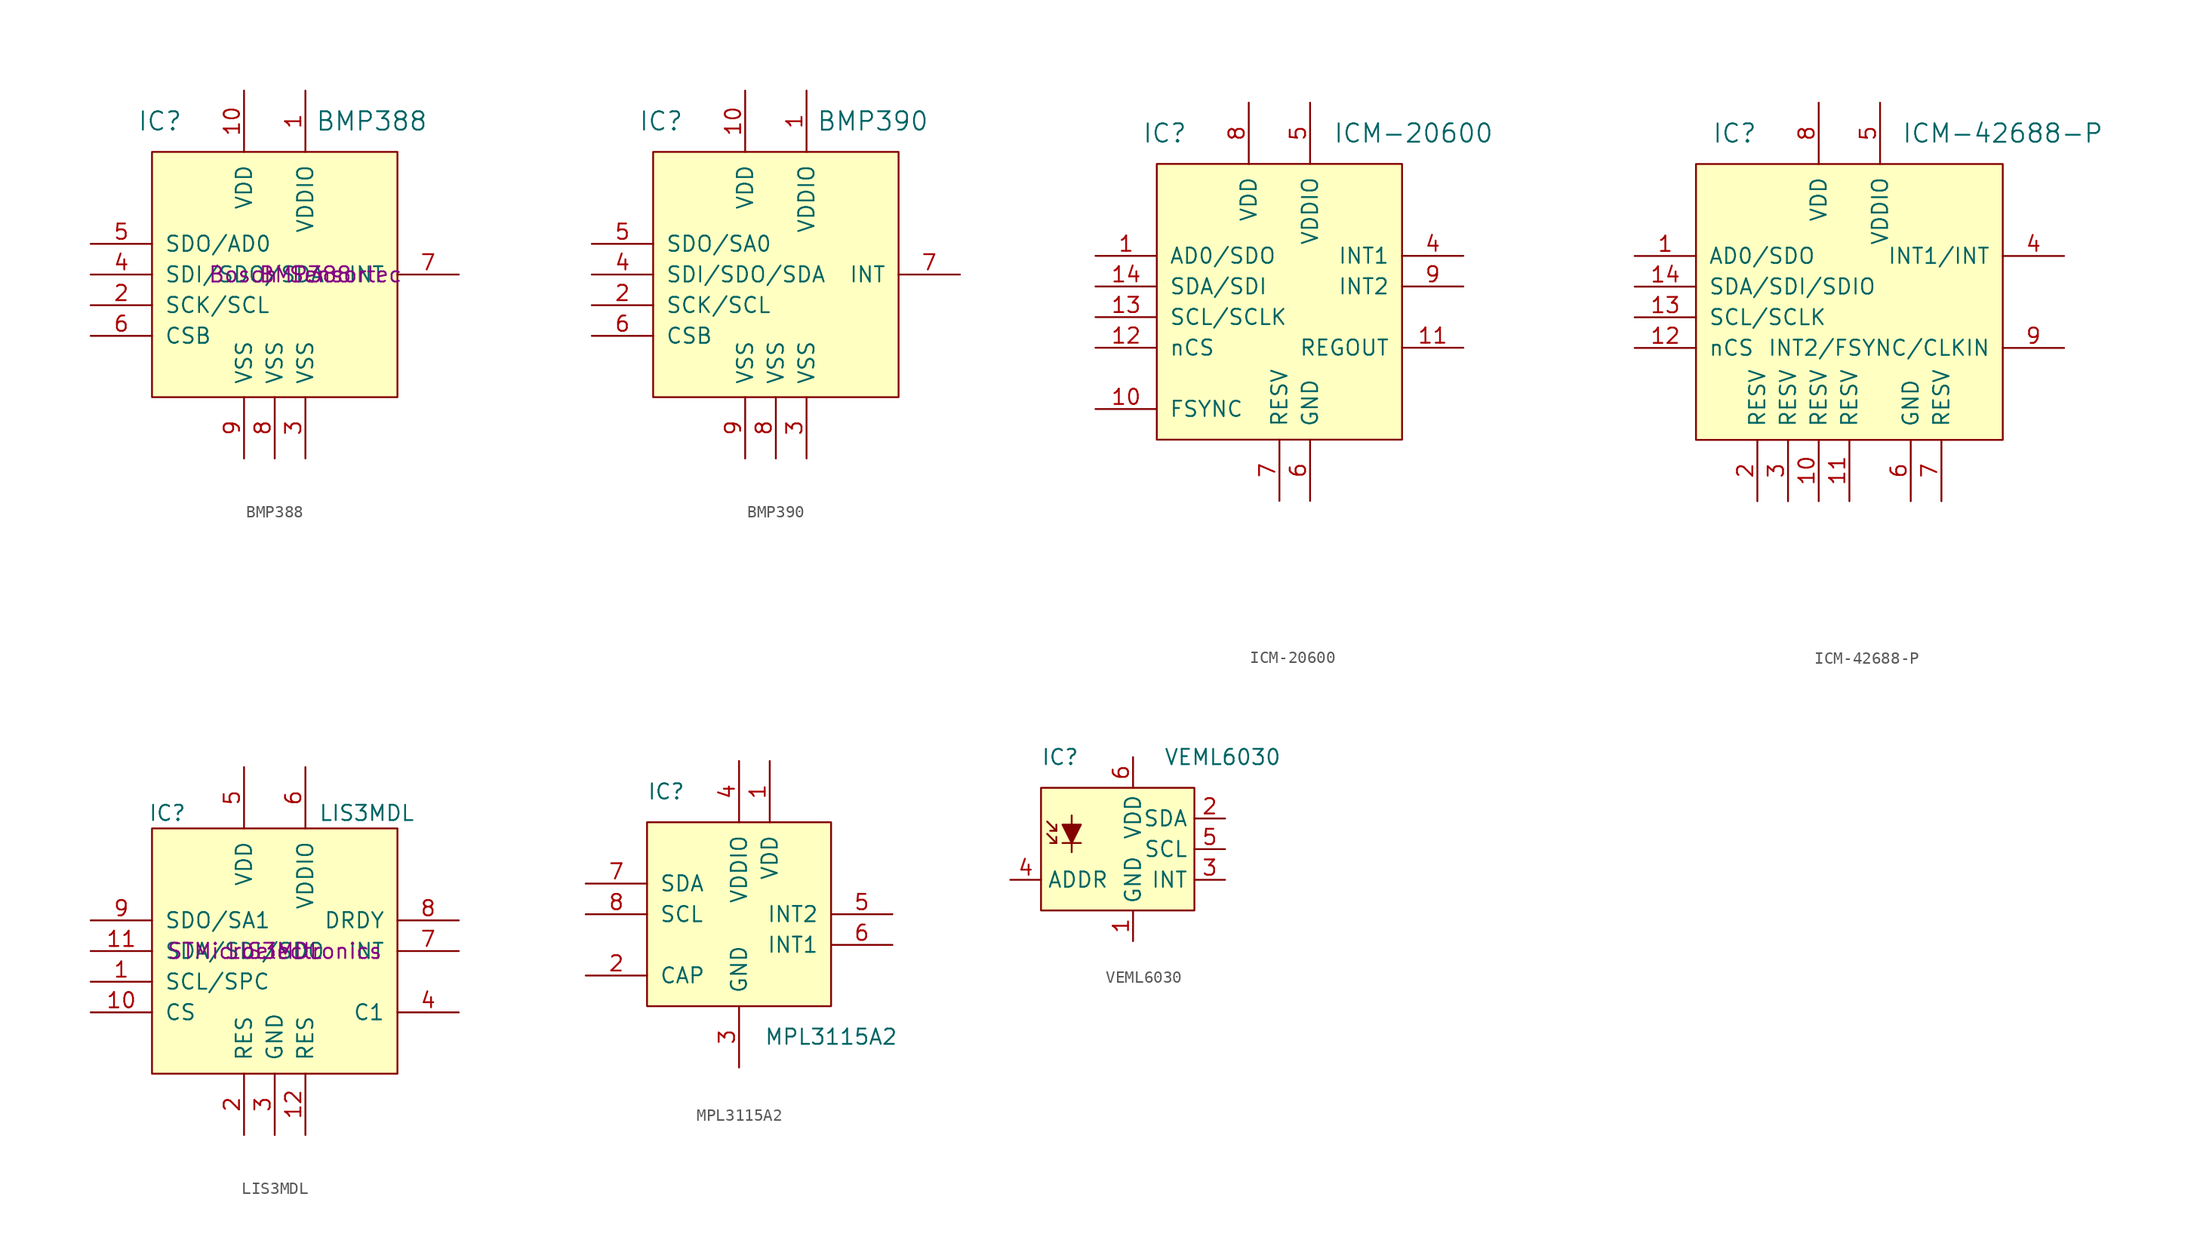
<source format=kicad_sym>
(kicad_symbol_lib
  (version 20220914)
  (generator kicad_symbol_editor)
  (symbol "BMP388"
    (pin_names
      (offset 1.016))
    (property "Reference" "IC"
      (at -10.16 12.7 0)
      (effects (font (size 1.524 1.524)) (justify right)))
    (property "Value" "BMP388"
      (at 10.16 12.7 0)
      (effects (font (size 1.524 1.524)) (justify right)))
    (property "MFR" "Bosch Sensortec"
      (at 0 0 0)
      (effects (font (size 1.27 1.27))))
    (property "MFR REF" "BMP388"
      (at 0 0 0)
      (effects (font (size 1.27 1.27))))
    (symbol "BMP388_1_1"
      (rectangle (start -12.7 10.16) (end 7.62 -10.16) (stroke (width 0.152) (type default)) (fill (type background)))
      (pin power_in line (at 0 15.24 270) (length 5.08) (name "VDDIO" (effects (font (size 1.27 1.27)))) (number "1" (effects (font (size 1.27 1.27)))))
      (pin power_in line (at -5.08 15.24 270) (length 5.08) (name "VDD" (effects (font (size 1.27 1.27)))) (number "10" (effects (font (size 1.27 1.27)))))
      (pin bidirectional line (at -17.78 -2.54 0) (length 5.08) (name "SCK/SCL" (effects (font (size 1.27 1.27)))) (number "2" (effects (font (size 1.27 1.27)))))
      (pin power_in line (at 0 -15.24 90) (length 5.08) (name "VSS" (effects (font (size 1.27 1.27)))) (number "3" (effects (font (size 1.27 1.27)))))
      (pin bidirectional line (at -17.78 0 0) (length 5.08) (name "SDI/SDO/SDA" (effects (font (size 1.27 1.27)))) (number "4" (effects (font (size 1.27 1.27)))))
      (pin bidirectional line (at -17.78 2.54 0) (length 5.08) (name "SDO/AD0" (effects (font (size 1.27 1.27)))) (number "5" (effects (font (size 1.27 1.27)))))
      (pin input line (at -17.78 -5.08 0) (length 5.08) (name "CSB" (effects (font (size 1.27 1.27)))) (number "6" (effects (font (size 1.27 1.27)))))
      (pin output line (at 12.7 0 180) (length 5.08) (name "INT" (effects (font (size 1.27 1.27)))) (number "7" (effects (font (size 1.27 1.27)))))
      (pin power_in line (at -2.54 -15.24 90) (length 5.08) (name "VSS" (effects (font (size 1.27 1.27)))) (number "8" (effects (font (size 1.27 1.27)))))
      (pin power_in line (at -5.08 -15.24 90) (length 5.08) (name "VSS" (effects (font (size 1.27 1.27)))) (number "9" (effects (font (size 1.27 1.27)))))))
  (symbol "BMP390"
    (pin_names
      (offset 1.016))
    (property "Reference" "IC"
      (at -10.16 12.7 0)
      (effects (font (size 1.524 1.524)) (justify right)))
    (property "Value" "BMP390"
      (at 10.16 12.7 0)
      (effects (font (size 1.524 1.524)) (justify right)))
    (symbol "BMP390_1_1"
      (rectangle (start -12.7 10.16) (end 7.62 -10.16) (stroke (width 0.152) (type default)) (fill (type background)))
      (pin power_in line (at 0 15.24 270) (length 5.08) (name "VDDIO" (effects (font (size 1.27 1.27)))) (number "1" (effects (font (size 1.27 1.27)))))
      (pin power_in line (at -5.08 15.24 270) (length 5.08) (name "VDD" (effects (font (size 1.27 1.27)))) (number "10" (effects (font (size 1.27 1.27)))))
      (pin bidirectional line (at -17.78 -2.54 0) (length 5.08) (name "SCK/SCL" (effects (font (size 1.27 1.27)))) (number "2" (effects (font (size 1.27 1.27)))))
      (pin power_in line (at 0 -15.24 90) (length 5.08) (name "VSS" (effects (font (size 1.27 1.27)))) (number "3" (effects (font (size 1.27 1.27)))))
      (pin bidirectional line (at -17.78 0 0) (length 5.08) (name "SDI/SDO/SDA" (effects (font (size 1.27 1.27)))) (number "4" (effects (font (size 1.27 1.27)))))
      (pin bidirectional line (at -17.78 2.54 0) (length 5.08) (name "SDO/SA0" (effects (font (size 1.27 1.27)))) (number "5" (effects (font (size 1.27 1.27)))))
      (pin input line (at -17.78 -5.08 0) (length 5.08) (name "CSB" (effects (font (size 1.27 1.27)))) (number "6" (effects (font (size 1.27 1.27)))))
      (pin output line (at 12.7 0 180) (length 5.08) (name "INT" (effects (font (size 1.27 1.27)))) (number "7" (effects (font (size 1.27 1.27)))))
      (pin power_in line (at -2.54 -15.24 90) (length 5.08) (name "VSS" (effects (font (size 1.27 1.27)))) (number "8" (effects (font (size 1.27 1.27)))))
      (pin power_in line (at -5.08 -15.24 90) (length 5.08) (name "VSS" (effects (font (size 1.27 1.27)))) (number "9" (effects (font (size 1.27 1.27)))))))
  (symbol "ICM-20600"
    (pin_names
      (offset 1.016))
    (property "Reference" "IC"
      (at -7.62 12.7 0)
      (effects (font (size 1.524 1.524)) (justify right)))
    (property "Value" "ICM-20600"
      (at 17.78 12.7 0)
      (effects (font (size 1.524 1.524)) (justify right)))
    (property "MFR REF" ""
      (at 2.54 -25.4 0)
      (effects (font (size 1.27 1.27))))
    (symbol "ICM-20600_1_1"
      (rectangle (start -10.16 10.16) (end 10.16 -12.7) (stroke (width 0.152) (type default)) (fill (type background)))
      (pin bidirectional line (at -15.24 2.54 0) (length 5.08) (name "AD0/SDO" (effects (font (size 1.27 1.27)))) (number "1" (effects (font (size 1.27 1.27)))))
      (pin input line (at -15.24 -10.16 0) (length 5.08) (name "FSYNC" (effects (font (size 1.27 1.27)))) (number "10" (effects (font (size 1.27 1.27)))))
      (pin passive line (at 15.24 -5.08 180) (length 5.08) (name "REGOUT" (effects (font (size 1.27 1.27)))) (number "11" (effects (font (size 1.27 1.27)))))
      (pin input line (at -15.24 -5.08 0) (length 5.08) (name "nCS" (effects (font (size 1.27 1.27)))) (number "12" (effects (font (size 1.27 1.27)))))
      (pin bidirectional line (at -15.24 -2.54 0) (length 5.08) (name "SCL/SCLK" (effects (font (size 1.27 1.27)))) (number "13" (effects (font (size 1.27 1.27)))))
      (pin bidirectional line (at -15.24 0 0) (length 5.08) (name "SDA/SDI" (effects (font (size 1.27 1.27)))) (number "14" (effects (font (size 1.27 1.27)))))
      (pin output line (at 15.24 2.54 180) (length 5.08) (name "INT1" (effects (font (size 1.27 1.27)))) (number "4" (effects (font (size 1.27 1.27)))))
      (pin power_in line (at 2.54 15.24 270) (length 5.08) (name "VDDIO" (effects (font (size 1.27 1.27)))) (number "5" (effects (font (size 1.27 1.27)))))
      (pin power_in line (at 2.54 -17.78 90) (length 5.08) (name "GND" (effects (font (size 1.27 1.27)))) (number "6" (effects (font (size 1.27 1.27)))))
      (pin passive line (at 0 -17.78 90) (length 5.08) (name "RESV" (effects (font (size 1.27 1.27)))) (number "7" (effects (font (size 1.27 1.27)))))
      (pin power_in line (at -2.54 15.24 270) (length 5.08) (name "VDD" (effects (font (size 1.27 1.27)))) (number "8" (effects (font (size 1.27 1.27)))))
      (pin output line (at 15.24 0 180) (length 5.08) (name "INT2" (effects (font (size 1.27 1.27)))) (number "9" (effects (font (size 1.27 1.27)))))))
  (symbol "ICM-42688-P"
    (pin_names
      (offset 1.016))
    (property "Reference" "IC"
      (at -7.62 12.7 0)
      (effects (font (size 1.524 1.524)) (justify right)))
    (property "Value" "ICM-42688-P"
      (at 12.7 12.7 0)
      (effects (font (size 1.524 1.524))))
    (property "MFR REF" ""
      (at 2.54 -25.4 0)
      (effects (font (size 1.27 1.27))))
    (symbol "ICM-42688-P_1_1"
      (rectangle (start -12.7 10.16) (end 12.7 -12.7) (stroke (width 0.152) (type default)) (fill (type background)))
      (pin bidirectional line (at -17.78 2.54 0) (length 5.08) (name "AD0/SDO" (effects (font (size 1.27 1.27)))) (number "1" (effects (font (size 1.27 1.27)))))
      (pin passive line (at -2.54 -17.78 90) (length 5.08) (name "RESV" (effects (font (size 1.27 1.27)))) (number "10" (effects (font (size 1.27 1.27)))))
      (pin passive line (at 0 -17.78 90) (length 5.08) (name "RESV" (effects (font (size 1.27 1.27)))) (number "11" (effects (font (size 1.27 1.27)))))
      (pin input line (at -17.78 -5.08 0) (length 5.08) (name "nCS" (effects (font (size 1.27 1.27)))) (number "12" (effects (font (size 1.27 1.27)))))
      (pin bidirectional line (at -17.78 -2.54 0) (length 5.08) (name "SCL/SCLK" (effects (font (size 1.27 1.27)))) (number "13" (effects (font (size 1.27 1.27)))))
      (pin bidirectional line (at -17.78 0 0) (length 5.08) (name "SDA/SDI/SDIO" (effects (font (size 1.27 1.27)))) (number "14" (effects (font (size 1.27 1.27)))))
      (pin passive line (at -7.62 -17.78 90) (length 5.08) (name "RESV" (effects (font (size 1.27 1.27)))) (number "2" (effects (font (size 1.27 1.27)))))
      (pin passive line (at -5.08 -17.78 90) (length 5.08) (name "RESV" (effects (font (size 1.27 1.27)))) (number "3" (effects (font (size 1.27 1.27)))))
      (pin output line (at 17.78 2.54 180) (length 5.08) (name "INT1/INT" (effects (font (size 1.27 1.27)))) (number "4" (effects (font (size 1.27 1.27)))))
      (pin power_in line (at 2.54 15.24 270) (length 5.08) (name "VDDIO" (effects (font (size 1.27 1.27)))) (number "5" (effects (font (size 1.27 1.27)))))
      (pin power_in line (at 5.08 -17.78 90) (length 5.08) (name "GND" (effects (font (size 1.27 1.27)))) (number "6" (effects (font (size 1.27 1.27)))))
      (pin passive line (at 7.62 -17.78 90) (length 5.08) (name "RESV" (effects (font (size 1.27 1.27)))) (number "7" (effects (font (size 1.27 1.27)))))
      (pin power_in line (at -2.54 15.24 270) (length 5.08) (name "VDD" (effects (font (size 1.27 1.27)))) (number "8" (effects (font (size 1.27 1.27)))))
      (pin bidirectional line (at 17.78 -5.08 180) (length 5.08) (name "INT2/FSYNC/CLKIN" (effects (font (size 1.27 1.27)))) (number "9" (effects (font (size 1.27 1.27)))))))
  (symbol "LIS3MDL"
    (pin_names
      (offset 1.016))
    (property "Reference" "IC"
      (at -8.89 11.43 0)
      (effects (font (size 1.27 1.27))))
    (property "Value" "LIS3MDL"
      (at 7.62 11.43 0)
      (effects (font (size 1.27 1.27))))
    (property "MFR" "STMicroelectronics"
      (at 0 0 0)
      (effects (font (size 1.27 1.27))))
    (property "MFR REF" "LIS3MDL"
      (at 0 0 0)
      (effects (font (size 1.27 1.27))))
    (symbol "LIS3MDL_0_1"
      (rectangle (start -10.16 10.16) (end 10.16 -10.16) (stroke (width 0.152) (type default)) (fill (type background))))
    (symbol "LIS3MDL_1_1"
      (pin bidirectional line (at -15.24 -2.54 0) (length 5.08) (name "SCL/SPC" (effects (font (size 1.27 1.27)))) (number "1" (effects (font (size 1.27 1.27)))))
      (pin input line (at -15.24 -5.08 0) (length 5.08) (name "CS" (effects (font (size 1.27 1.27)))) (number "10" (effects (font (size 1.27 1.27)))))
      (pin bidirectional line (at -15.24 0 0) (length 5.08) (name "SDA/SDI/SDO" (effects (font (size 1.27 1.27)))) (number "11" (effects (font (size 1.27 1.27)))))
      (pin passive line (at 2.54 -15.24 90) (length 5.08) (name "RES" (effects (font (size 1.27 1.27)))) (number "12" (effects (font (size 1.27 1.27)))))
      (pin passive line (at -2.54 -15.24 90) (length 5.08) (name "RES" (effects (font (size 1.27 1.27)))) (number "2" (effects (font (size 1.27 1.27)))))
      (pin power_in line (at 0 -15.24 90) (length 5.08) (name "GND" (effects (font (size 1.27 1.27)))) (number "3" (effects (font (size 1.27 1.27)))))
      (pin passive line (at 15.24 -5.08 180) (length 5.08) (name "C1" (effects (font (size 1.27 1.27)))) (number "4" (effects (font (size 1.27 1.27)))))
      (pin power_in line (at -2.54 15.24 270) (length 5.08) (name "VDD" (effects (font (size 1.27 1.27)))) (number "5" (effects (font (size 1.27 1.27)))))
      (pin power_in line (at 2.54 15.24 270) (length 5.08) (name "VDDIO" (effects (font (size 1.27 1.27)))) (number "6" (effects (font (size 1.27 1.27)))))
      (pin output line (at 15.24 0 180) (length 5.08) (name "INT" (effects (font (size 1.27 1.27)))) (number "7" (effects (font (size 1.27 1.27)))))
      (pin output line (at 15.24 2.54 180) (length 5.08) (name "DRDY" (effects (font (size 1.27 1.27)))) (number "8" (effects (font (size 1.27 1.27)))))
      (pin bidirectional line (at -15.24 2.54 0) (length 5.08) (name "SDO/SA1" (effects (font (size 1.27 1.27)))) (number "9" (effects (font (size 1.27 1.27)))))))
  (symbol "MPL3115A2"
    (pin_names
      (offset 1.016))
    (property "Reference" "IC"
      (at -7.62 10.16 0)
      (effects (font (size 1.27 1.27)) (justify left)))
    (property "Value" "MPL3115A2"
      (at 7.62 -10.16 0)
      (effects (font (size 1.27 1.27))))
    (symbol "MPL3115A2_0_0"
      (pin power_in line (at 2.54 12.7 270) (length 5.08) (name "VDD" (effects (font (size 1.27 1.27)))) (number "1" (effects (font (size 1.27 1.27)))))
      (pin passive line (at -12.7 -5.08 0) (length 5.08) (name "CAP" (effects (font (size 1.27 1.27)))) (number "2" (effects (font (size 1.27 1.27)))))
      (pin power_in line (at 0 -12.7 90) (length 5.08) (name "GND" (effects (font (size 1.27 1.27)))) (number "3" (effects (font (size 1.27 1.27)))))
      (pin power_in line (at 0 12.7 270) (length 5.08) (name "VDDIO" (effects (font (size 1.27 1.27)))) (number "4" (effects (font (size 1.27 1.27)))))
      (pin output line (at 12.7 0 180) (length 5.08) (name "INT2" (effects (font (size 1.27 1.27)))) (number "5" (effects (font (size 1.27 1.27)))))
      (pin output line (at 12.7 -2.54 180) (length 5.08) (name "INT1" (effects (font (size 1.27 1.27)))) (number "6" (effects (font (size 1.27 1.27)))))
      (pin open_collector line (at -12.7 2.54 0) (length 5.08) (name "SDA" (effects (font (size 1.27 1.27)))) (number "7" (effects (font (size 1.27 1.27)))))
      (pin open_collector line (at -12.7 0 0) (length 5.08) (name "SCL" (effects (font (size 1.27 1.27)))) (number "8" (effects (font (size 1.27 1.27))))))
    (symbol "MPL3115A2_0_1"
      (rectangle (start -7.62 7.62) (end 7.62 -7.62) (stroke (width 0) (type default)) (fill (type background)))))
  (symbol "VEML6030"
    (property "Reference" "IC"
      (at -7.62 7.62 0)
      (effects (font (size 1.27 1.27)) (justify left)))
    (property "Value" "VEML6030"
      (at 2.54 7.62 0)
      (effects (font (size 1.27 1.27)) (justify left)))
    (symbol "VEML6030_0_1"
      (rectangle (start -7.62 5.08) (end 5.08 -5.08) (stroke (width 0.152) (type default)) (fill (type background)))
      (polyline (pts (xy -5.08 2.794) (xy -5.08 -0.254)) (stroke (width 0.152) (type default)) (fill (type none))))
    (symbol "VEML6030_1_1"
      (polyline (pts (xy -6.35 0.508) (xy -7.112 1.27)) (stroke (width 0) (type default)) (fill (type none)))
      (polyline (pts (xy -6.35 0.508) (xy -6.858 0.508)) (stroke (width 0) (type default)) (fill (type none)))
      (polyline (pts (xy -6.35 0.508) (xy -6.35 1.016)) (stroke (width 0) (type default)) (fill (type none)))
      (polyline (pts (xy -6.35 1.524) (xy -7.112 2.286)) (stroke (width 0) (type default)) (fill (type none)))
      (polyline (pts (xy -6.35 1.524) (xy -6.858 1.524)) (stroke (width 0) (type default)) (fill (type none)))
      (polyline (pts (xy -6.35 1.524) (xy -6.35 2.032)) (stroke (width 0) (type default)) (fill (type none)))
      (polyline (pts (xy -5.842 0.508) (xy -4.318 0.508)) (stroke (width 0) (type default)) (fill (type none)))
      (polyline (pts (xy -5.842 2.032) (xy -4.318 2.032) (xy -5.08 0.508) (xy -5.842 2.032)) (stroke (width 0) (type default)) (fill (type outline)))
      (pin power_in line (at 0 -7.62 90) (length 2.54) (name "GND" (effects (font (size 1.27 1.27)))) (number "1" (effects (font (size 1.27 1.27)))))
      (pin bidirectional line (at 7.62 2.54 180) (length 2.54) (name "SDA" (effects (font (size 1.27 1.27)))) (number "2" (effects (font (size 1.27 1.27)))))
      (pin open_collector line (at 7.62 -2.54 180) (length 2.54) (name "INT" (effects (font (size 1.27 1.27)))) (number "3" (effects (font (size 1.27 1.27)))))
      (pin input line (at -10.16 -2.54 0) (length 2.54) (name "ADDR" (effects (font (size 1.27 1.27)))) (number "4" (effects (font (size 1.27 1.27)))))
      (pin bidirectional line (at 7.62 0 180) (length 2.54) (name "SCL" (effects (font (size 1.27 1.27)))) (number "5" (effects (font (size 1.27 1.27)))))
      (pin power_in line (at 0 7.62 270) (length 2.54) (name "VDD" (effects (font (size 1.27 1.27)))) (number "6" (effects (font (size 1.27 1.27))))))))
</source>
